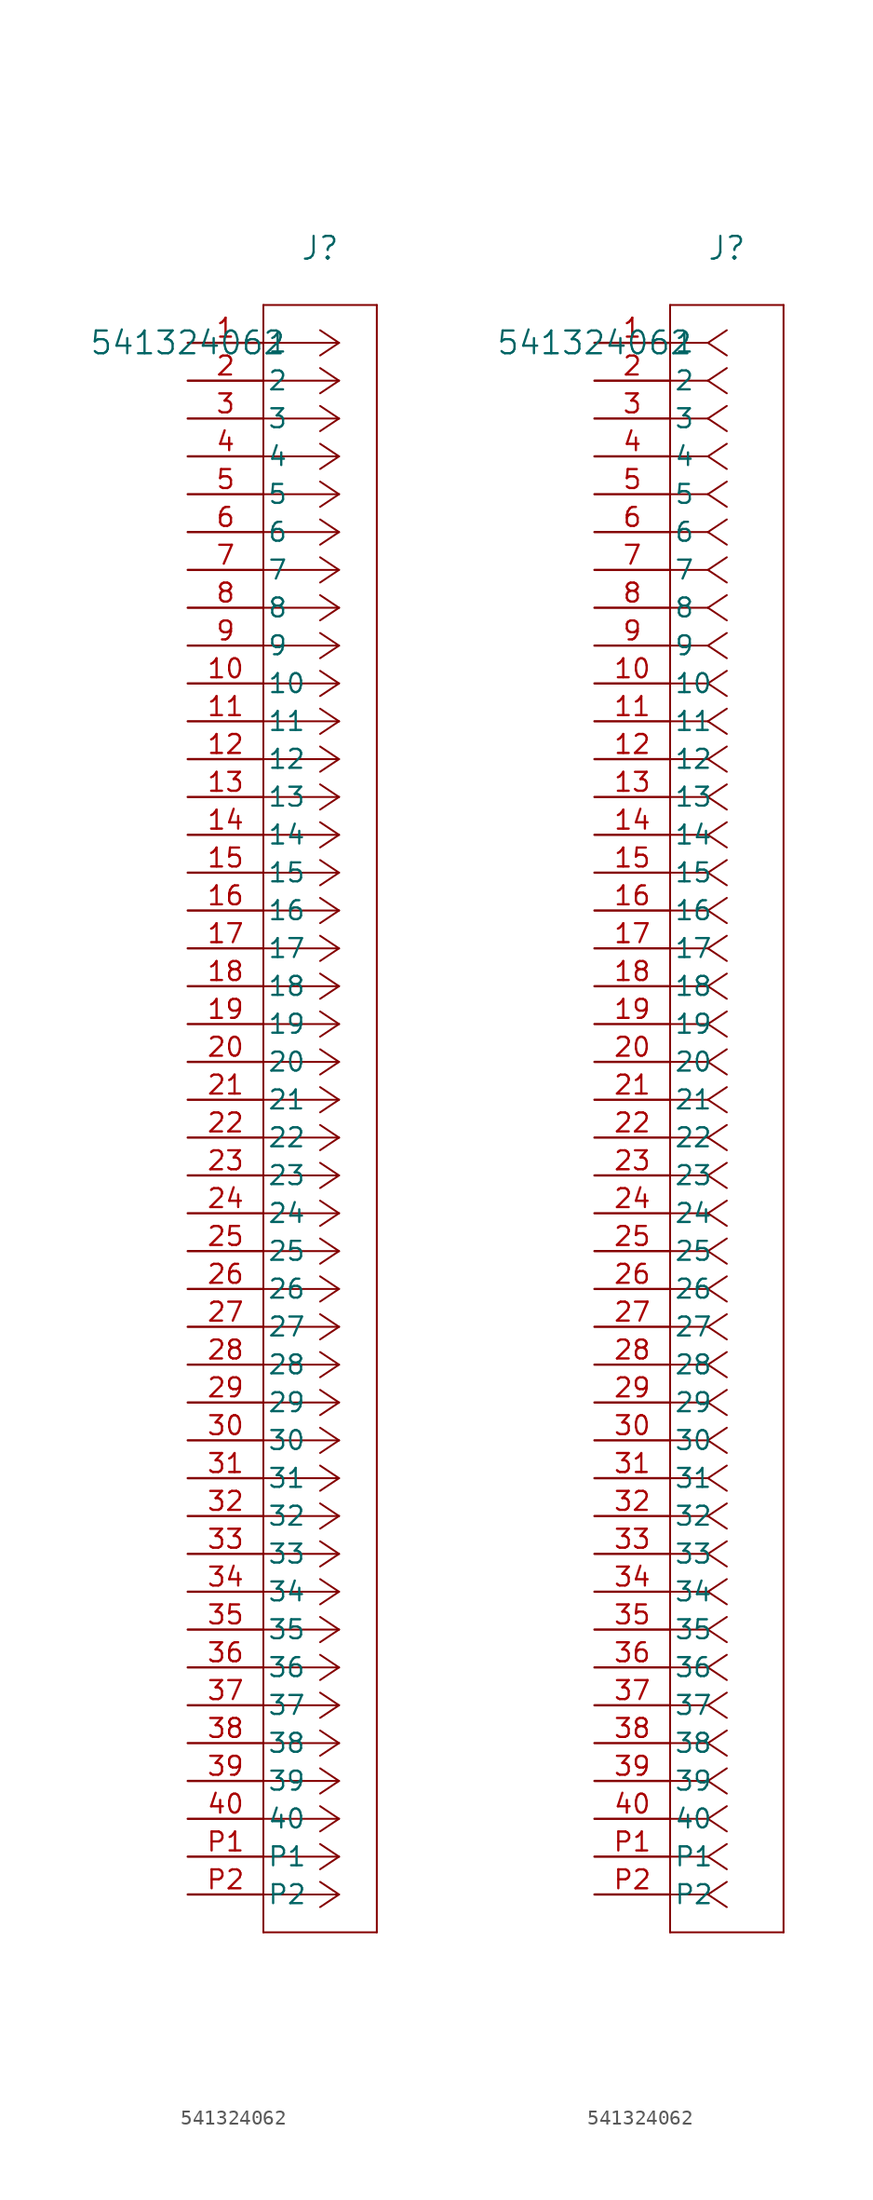
<source format=kicad_sym>
(kicad_symbol_lib
  (version 20211014)
  (generator kicad_symbol_editor)
  (symbol "541324062"
    (pin_names
      (offset 0.254))
    (property "Reference" "J"
      (at 8.89 6.35 0)
      (effects (font (size 1.524 1.524))))
    (property "Value" "541324062"
      (at 0 0 0)
      (effects (font (size 1.524 1.524))))
    (symbol "541324062_1_1"
      (polyline (pts (xy 10.16 0) (xy 5.08 0)) (stroke (width 0.127) (type default) (color 0 0 0 0)) (fill (type none)))
      (polyline (pts (xy 10.16 -2.54) (xy 5.08 -2.54)) (stroke (width 0.127) (type default) (color 0 0 0 0)) (fill (type none)))
      (polyline (pts (xy 10.16 -5.08) (xy 5.08 -5.08)) (stroke (width 0.127) (type default) (color 0 0 0 0)) (fill (type none)))
      (polyline (pts (xy 10.16 -7.62) (xy 5.08 -7.62)) (stroke (width 0.127) (type default) (color 0 0 0 0)) (fill (type none)))
      (polyline (pts (xy 10.16 -10.16) (xy 5.08 -10.16)) (stroke (width 0.127) (type default) (color 0 0 0 0)) (fill (type none)))
      (polyline (pts (xy 10.16 -12.7) (xy 5.08 -12.7)) (stroke (width 0.127) (type default) (color 0 0 0 0)) (fill (type none)))
      (polyline (pts (xy 10.16 -15.24) (xy 5.08 -15.24)) (stroke (width 0.127) (type default) (color 0 0 0 0)) (fill (type none)))
      (polyline (pts (xy 10.16 -17.78) (xy 5.08 -17.78)) (stroke (width 0.127) (type default) (color 0 0 0 0)) (fill (type none)))
      (polyline (pts (xy 10.16 -20.32) (xy 5.08 -20.32)) (stroke (width 0.127) (type default) (color 0 0 0 0)) (fill (type none)))
      (polyline (pts (xy 10.16 -22.86) (xy 5.08 -22.86)) (stroke (width 0.127) (type default) (color 0 0 0 0)) (fill (type none)))
      (polyline (pts (xy 10.16 -25.4) (xy 5.08 -25.4)) (stroke (width 0.127) (type default) (color 0 0 0 0)) (fill (type none)))
      (polyline (pts (xy 10.16 -27.94) (xy 5.08 -27.94)) (stroke (width 0.127) (type default) (color 0 0 0 0)) (fill (type none)))
      (polyline (pts (xy 10.16 -30.48) (xy 5.08 -30.48)) (stroke (width 0.127) (type default) (color 0 0 0 0)) (fill (type none)))
      (polyline (pts (xy 10.16 -33.02) (xy 5.08 -33.02)) (stroke (width 0.127) (type default) (color 0 0 0 0)) (fill (type none)))
      (polyline (pts (xy 10.16 -35.56) (xy 5.08 -35.56)) (stroke (width 0.127) (type default) (color 0 0 0 0)) (fill (type none)))
      (polyline (pts (xy 10.16 -38.1) (xy 5.08 -38.1)) (stroke (width 0.127) (type default) (color 0 0 0 0)) (fill (type none)))
      (polyline (pts (xy 10.16 -40.64) (xy 5.08 -40.64)) (stroke (width 0.127) (type default) (color 0 0 0 0)) (fill (type none)))
      (polyline (pts (xy 10.16 -43.18) (xy 5.08 -43.18)) (stroke (width 0.127) (type default) (color 0 0 0 0)) (fill (type none)))
      (polyline (pts (xy 10.16 -45.72) (xy 5.08 -45.72)) (stroke (width 0.127) (type default) (color 0 0 0 0)) (fill (type none)))
      (polyline (pts (xy 10.16 -48.26) (xy 5.08 -48.26)) (stroke (width 0.127) (type default) (color 0 0 0 0)) (fill (type none)))
      (polyline (pts (xy 10.16 -50.8) (xy 5.08 -50.8)) (stroke (width 0.127) (type default) (color 0 0 0 0)) (fill (type none)))
      (polyline (pts (xy 10.16 -53.34) (xy 5.08 -53.34)) (stroke (width 0.127) (type default) (color 0 0 0 0)) (fill (type none)))
      (polyline (pts (xy 10.16 -55.88) (xy 5.08 -55.88)) (stroke (width 0.127) (type default) (color 0 0 0 0)) (fill (type none)))
      (polyline (pts (xy 10.16 -58.42) (xy 5.08 -58.42)) (stroke (width 0.127) (type default) (color 0 0 0 0)) (fill (type none)))
      (polyline (pts (xy 10.16 -60.96) (xy 5.08 -60.96)) (stroke (width 0.127) (type default) (color 0 0 0 0)) (fill (type none)))
      (polyline (pts (xy 10.16 -63.5) (xy 5.08 -63.5)) (stroke (width 0.127) (type default) (color 0 0 0 0)) (fill (type none)))
      (polyline (pts (xy 10.16 -66.04) (xy 5.08 -66.04)) (stroke (width 0.127) (type default) (color 0 0 0 0)) (fill (type none)))
      (polyline (pts (xy 10.16 -68.58) (xy 5.08 -68.58)) (stroke (width 0.127) (type default) (color 0 0 0 0)) (fill (type none)))
      (polyline (pts (xy 10.16 -71.12) (xy 5.08 -71.12)) (stroke (width 0.127) (type default) (color 0 0 0 0)) (fill (type none)))
      (polyline (pts (xy 10.16 -73.66) (xy 5.08 -73.66)) (stroke (width 0.127) (type default) (color 0 0 0 0)) (fill (type none)))
      (polyline (pts (xy 10.16 -76.2) (xy 5.08 -76.2)) (stroke (width 0.127) (type default) (color 0 0 0 0)) (fill (type none)))
      (polyline (pts (xy 10.16 -78.74) (xy 5.08 -78.74)) (stroke (width 0.127) (type default) (color 0 0 0 0)) (fill (type none)))
      (polyline (pts (xy 10.16 -81.28) (xy 5.08 -81.28)) (stroke (width 0.127) (type default) (color 0 0 0 0)) (fill (type none)))
      (polyline (pts (xy 10.16 -83.82) (xy 5.08 -83.82)) (stroke (width 0.127) (type default) (color 0 0 0 0)) (fill (type none)))
      (polyline (pts (xy 10.16 -86.36) (xy 5.08 -86.36)) (stroke (width 0.127) (type default) (color 0 0 0 0)) (fill (type none)))
      (polyline (pts (xy 10.16 -88.9) (xy 5.08 -88.9)) (stroke (width 0.127) (type default) (color 0 0 0 0)) (fill (type none)))
      (polyline (pts (xy 10.16 -91.44) (xy 5.08 -91.44)) (stroke (width 0.127) (type default) (color 0 0 0 0)) (fill (type none)))
      (polyline (pts (xy 10.16 -93.98) (xy 5.08 -93.98)) (stroke (width 0.127) (type default) (color 0 0 0 0)) (fill (type none)))
      (polyline (pts (xy 10.16 -96.52) (xy 5.08 -96.52)) (stroke (width 0.127) (type default) (color 0 0 0 0)) (fill (type none)))
      (polyline (pts (xy 10.16 -99.06) (xy 5.08 -99.06)) (stroke (width 0.127) (type default) (color 0 0 0 0)) (fill (type none)))
      (polyline (pts (xy 10.16 -101.6) (xy 5.08 -101.6)) (stroke (width 0.127) (type default) (color 0 0 0 0)) (fill (type none)))
      (polyline (pts (xy 10.16 -104.14) (xy 5.08 -104.14)) (stroke (width 0.127) (type default) (color 0 0 0 0)) (fill (type none)))
      (polyline (pts (xy 10.16 0) (xy 8.89 0.847)) (stroke (width 0.127) (type default) (color 0 0 0 0)) (fill (type none)))
      (polyline (pts (xy 10.16 -2.54) (xy 8.89 -1.693)) (stroke (width 0.127) (type default) (color 0 0 0 0)) (fill (type none)))
      (polyline (pts (xy 10.16 -5.08) (xy 8.89 -4.233)) (stroke (width 0.127) (type default) (color 0 0 0 0)) (fill (type none)))
      (polyline (pts (xy 10.16 -7.62) (xy 8.89 -6.773)) (stroke (width 0.127) (type default) (color 0 0 0 0)) (fill (type none)))
      (polyline (pts (xy 10.16 -10.16) (xy 8.89 -9.313)) (stroke (width 0.127) (type default) (color 0 0 0 0)) (fill (type none)))
      (polyline (pts (xy 10.16 -12.7) (xy 8.89 -11.853)) (stroke (width 0.127) (type default) (color 0 0 0 0)) (fill (type none)))
      (polyline (pts (xy 10.16 -15.24) (xy 8.89 -14.393)) (stroke (width 0.127) (type default) (color 0 0 0 0)) (fill (type none)))
      (polyline (pts (xy 10.16 -17.78) (xy 8.89 -16.933)) (stroke (width 0.127) (type default) (color 0 0 0 0)) (fill (type none)))
      (polyline (pts (xy 10.16 -20.32) (xy 8.89 -19.473)) (stroke (width 0.127) (type default) (color 0 0 0 0)) (fill (type none)))
      (polyline (pts (xy 10.16 -22.86) (xy 8.89 -22.013)) (stroke (width 0.127) (type default) (color 0 0 0 0)) (fill (type none)))
      (polyline (pts (xy 10.16 -25.4) (xy 8.89 -24.553)) (stroke (width 0.127) (type default) (color 0 0 0 0)) (fill (type none)))
      (polyline (pts (xy 10.16 -27.94) (xy 8.89 -27.093)) (stroke (width 0.127) (type default) (color 0 0 0 0)) (fill (type none)))
      (polyline (pts (xy 10.16 -30.48) (xy 8.89 -29.633)) (stroke (width 0.127) (type default) (color 0 0 0 0)) (fill (type none)))
      (polyline (pts (xy 10.16 -33.02) (xy 8.89 -32.173)) (stroke (width 0.127) (type default) (color 0 0 0 0)) (fill (type none)))
      (polyline (pts (xy 10.16 -35.56) (xy 8.89 -34.713)) (stroke (width 0.127) (type default) (color 0 0 0 0)) (fill (type none)))
      (polyline (pts (xy 10.16 -38.1) (xy 8.89 -37.253)) (stroke (width 0.127) (type default) (color 0 0 0 0)) (fill (type none)))
      (polyline (pts (xy 10.16 -40.64) (xy 8.89 -39.793)) (stroke (width 0.127) (type default) (color 0 0 0 0)) (fill (type none)))
      (polyline (pts (xy 10.16 -43.18) (xy 8.89 -42.333)) (stroke (width 0.127) (type default) (color 0 0 0 0)) (fill (type none)))
      (polyline (pts (xy 10.16 -45.72) (xy 8.89 -44.873)) (stroke (width 0.127) (type default) (color 0 0 0 0)) (fill (type none)))
      (polyline (pts (xy 10.16 -48.26) (xy 8.89 -47.413)) (stroke (width 0.127) (type default) (color 0 0 0 0)) (fill (type none)))
      (polyline (pts (xy 10.16 -50.8) (xy 8.89 -49.953)) (stroke (width 0.127) (type default) (color 0 0 0 0)) (fill (type none)))
      (polyline (pts (xy 10.16 -53.34) (xy 8.89 -52.493)) (stroke (width 0.127) (type default) (color 0 0 0 0)) (fill (type none)))
      (polyline (pts (xy 10.16 -55.88) (xy 8.89 -55.033)) (stroke (width 0.127) (type default) (color 0 0 0 0)) (fill (type none)))
      (polyline (pts (xy 10.16 -58.42) (xy 8.89 -57.573)) (stroke (width 0.127) (type default) (color 0 0 0 0)) (fill (type none)))
      (polyline (pts (xy 10.16 -60.96) (xy 8.89 -60.113)) (stroke (width 0.127) (type default) (color 0 0 0 0)) (fill (type none)))
      (polyline (pts (xy 10.16 -63.5) (xy 8.89 -62.653)) (stroke (width 0.127) (type default) (color 0 0 0 0)) (fill (type none)))
      (polyline (pts (xy 10.16 -66.04) (xy 8.89 -65.193)) (stroke (width 0.127) (type default) (color 0 0 0 0)) (fill (type none)))
      (polyline (pts (xy 10.16 -68.58) (xy 8.89 -67.733)) (stroke (width 0.127) (type default) (color 0 0 0 0)) (fill (type none)))
      (polyline (pts (xy 10.16 -71.12) (xy 8.89 -70.273)) (stroke (width 0.127) (type default) (color 0 0 0 0)) (fill (type none)))
      (polyline (pts (xy 10.16 -73.66) (xy 8.89 -72.813)) (stroke (width 0.127) (type default) (color 0 0 0 0)) (fill (type none)))
      (polyline (pts (xy 10.16 -76.2) (xy 8.89 -75.353)) (stroke (width 0.127) (type default) (color 0 0 0 0)) (fill (type none)))
      (polyline (pts (xy 10.16 -78.74) (xy 8.89 -77.893)) (stroke (width 0.127) (type default) (color 0 0 0 0)) (fill (type none)))
      (polyline (pts (xy 10.16 -81.28) (xy 8.89 -80.433)) (stroke (width 0.127) (type default) (color 0 0 0 0)) (fill (type none)))
      (polyline (pts (xy 10.16 -83.82) (xy 8.89 -82.973)) (stroke (width 0.127) (type default) (color 0 0 0 0)) (fill (type none)))
      (polyline (pts (xy 10.16 -86.36) (xy 8.89 -85.513)) (stroke (width 0.127) (type default) (color 0 0 0 0)) (fill (type none)))
      (polyline (pts (xy 10.16 -88.9) (xy 8.89 -88.053)) (stroke (width 0.127) (type default) (color 0 0 0 0)) (fill (type none)))
      (polyline (pts (xy 10.16 -91.44) (xy 8.89 -90.593)) (stroke (width 0.127) (type default) (color 0 0 0 0)) (fill (type none)))
      (polyline (pts (xy 10.16 -93.98) (xy 8.89 -93.133)) (stroke (width 0.127) (type default) (color 0 0 0 0)) (fill (type none)))
      (polyline (pts (xy 10.16 -96.52) (xy 8.89 -95.673)) (stroke (width 0.127) (type default) (color 0 0 0 0)) (fill (type none)))
      (polyline (pts (xy 10.16 -99.06) (xy 8.89 -98.213)) (stroke (width 0.127) (type default) (color 0 0 0 0)) (fill (type none)))
      (polyline (pts (xy 10.16 -101.6) (xy 8.89 -100.753)) (stroke (width 0.127) (type default) (color 0 0 0 0)) (fill (type none)))
      (polyline (pts (xy 10.16 -104.14) (xy 8.89 -103.293)) (stroke (width 0.127) (type default) (color 0 0 0 0)) (fill (type none)))
      (polyline (pts (xy 10.16 0) (xy 8.89 -0.847)) (stroke (width 0.127) (type default) (color 0 0 0 0)) (fill (type none)))
      (polyline (pts (xy 10.16 -2.54) (xy 8.89 -3.387)) (stroke (width 0.127) (type default) (color 0 0 0 0)) (fill (type none)))
      (polyline (pts (xy 10.16 -5.08) (xy 8.89 -5.927)) (stroke (width 0.127) (type default) (color 0 0 0 0)) (fill (type none)))
      (polyline (pts (xy 10.16 -7.62) (xy 8.89 -8.467)) (stroke (width 0.127) (type default) (color 0 0 0 0)) (fill (type none)))
      (polyline (pts (xy 10.16 -10.16) (xy 8.89 -11.007)) (stroke (width 0.127) (type default) (color 0 0 0 0)) (fill (type none)))
      (polyline (pts (xy 10.16 -12.7) (xy 8.89 -13.547)) (stroke (width 0.127) (type default) (color 0 0 0 0)) (fill (type none)))
      (polyline (pts (xy 10.16 -15.24) (xy 8.89 -16.087)) (stroke (width 0.127) (type default) (color 0 0 0 0)) (fill (type none)))
      (polyline (pts (xy 10.16 -17.78) (xy 8.89 -18.627)) (stroke (width 0.127) (type default) (color 0 0 0 0)) (fill (type none)))
      (polyline (pts (xy 10.16 -20.32) (xy 8.89 -21.167)) (stroke (width 0.127) (type default) (color 0 0 0 0)) (fill (type none)))
      (polyline (pts (xy 10.16 -22.86) (xy 8.89 -23.707)) (stroke (width 0.127) (type default) (color 0 0 0 0)) (fill (type none)))
      (polyline (pts (xy 10.16 -25.4) (xy 8.89 -26.247)) (stroke (width 0.127) (type default) (color 0 0 0 0)) (fill (type none)))
      (polyline (pts (xy 10.16 -27.94) (xy 8.89 -28.787)) (stroke (width 0.127) (type default) (color 0 0 0 0)) (fill (type none)))
      (polyline (pts (xy 10.16 -30.48) (xy 8.89 -31.327)) (stroke (width 0.127) (type default) (color 0 0 0 0)) (fill (type none)))
      (polyline (pts (xy 10.16 -33.02) (xy 8.89 -33.867)) (stroke (width 0.127) (type default) (color 0 0 0 0)) (fill (type none)))
      (polyline (pts (xy 10.16 -35.56) (xy 8.89 -36.407)) (stroke (width 0.127) (type default) (color 0 0 0 0)) (fill (type none)))
      (polyline (pts (xy 10.16 -38.1) (xy 8.89 -38.947)) (stroke (width 0.127) (type default) (color 0 0 0 0)) (fill (type none)))
      (polyline (pts (xy 10.16 -40.64) (xy 8.89 -41.487)) (stroke (width 0.127) (type default) (color 0 0 0 0)) (fill (type none)))
      (polyline (pts (xy 10.16 -43.18) (xy 8.89 -44.027)) (stroke (width 0.127) (type default) (color 0 0 0 0)) (fill (type none)))
      (polyline (pts (xy 10.16 -45.72) (xy 8.89 -46.567)) (stroke (width 0.127) (type default) (color 0 0 0 0)) (fill (type none)))
      (polyline (pts (xy 10.16 -48.26) (xy 8.89 -49.107)) (stroke (width 0.127) (type default) (color 0 0 0 0)) (fill (type none)))
      (polyline (pts (xy 10.16 -50.8) (xy 8.89 -51.647)) (stroke (width 0.127) (type default) (color 0 0 0 0)) (fill (type none)))
      (polyline (pts (xy 10.16 -53.34) (xy 8.89 -54.187)) (stroke (width 0.127) (type default) (color 0 0 0 0)) (fill (type none)))
      (polyline (pts (xy 10.16 -55.88) (xy 8.89 -56.727)) (stroke (width 0.127) (type default) (color 0 0 0 0)) (fill (type none)))
      (polyline (pts (xy 10.16 -58.42) (xy 8.89 -59.267)) (stroke (width 0.127) (type default) (color 0 0 0 0)) (fill (type none)))
      (polyline (pts (xy 10.16 -60.96) (xy 8.89 -61.807)) (stroke (width 0.127) (type default) (color 0 0 0 0)) (fill (type none)))
      (polyline (pts (xy 10.16 -63.5) (xy 8.89 -64.347)) (stroke (width 0.127) (type default) (color 0 0 0 0)) (fill (type none)))
      (polyline (pts (xy 10.16 -66.04) (xy 8.89 -66.887)) (stroke (width 0.127) (type default) (color 0 0 0 0)) (fill (type none)))
      (polyline (pts (xy 10.16 -68.58) (xy 8.89 -69.427)) (stroke (width 0.127) (type default) (color 0 0 0 0)) (fill (type none)))
      (polyline (pts (xy 10.16 -71.12) (xy 8.89 -71.967)) (stroke (width 0.127) (type default) (color 0 0 0 0)) (fill (type none)))
      (polyline (pts (xy 10.16 -73.66) (xy 8.89 -74.507)) (stroke (width 0.127) (type default) (color 0 0 0 0)) (fill (type none)))
      (polyline (pts (xy 10.16 -76.2) (xy 8.89 -77.047)) (stroke (width 0.127) (type default) (color 0 0 0 0)) (fill (type none)))
      (polyline (pts (xy 10.16 -78.74) (xy 8.89 -79.587)) (stroke (width 0.127) (type default) (color 0 0 0 0)) (fill (type none)))
      (polyline (pts (xy 10.16 -81.28) (xy 8.89 -82.127)) (stroke (width 0.127) (type default) (color 0 0 0 0)) (fill (type none)))
      (polyline (pts (xy 10.16 -83.82) (xy 8.89 -84.667)) (stroke (width 0.127) (type default) (color 0 0 0 0)) (fill (type none)))
      (polyline (pts (xy 10.16 -86.36) (xy 8.89 -87.207)) (stroke (width 0.127) (type default) (color 0 0 0 0)) (fill (type none)))
      (polyline (pts (xy 10.16 -88.9) (xy 8.89 -89.747)) (stroke (width 0.127) (type default) (color 0 0 0 0)) (fill (type none)))
      (polyline (pts (xy 10.16 -91.44) (xy 8.89 -92.287)) (stroke (width 0.127) (type default) (color 0 0 0 0)) (fill (type none)))
      (polyline (pts (xy 10.16 -93.98) (xy 8.89 -94.827)) (stroke (width 0.127) (type default) (color 0 0 0 0)) (fill (type none)))
      (polyline (pts (xy 10.16 -96.52) (xy 8.89 -97.367)) (stroke (width 0.127) (type default) (color 0 0 0 0)) (fill (type none)))
      (polyline (pts (xy 10.16 -99.06) (xy 8.89 -99.907)) (stroke (width 0.127) (type default) (color 0 0 0 0)) (fill (type none)))
      (polyline (pts (xy 10.16 -101.6) (xy 8.89 -102.447)) (stroke (width 0.127) (type default) (color 0 0 0 0)) (fill (type none)))
      (polyline (pts (xy 10.16 -104.14) (xy 8.89 -104.987)) (stroke (width 0.127) (type default) (color 0 0 0 0)) (fill (type none)))
      (polyline (pts (xy 5.08 2.54) (xy 5.08 -106.68)) (stroke (width 0.127) (type default) (color 0 0 0 0)) (fill (type none)))
      (polyline (pts (xy 5.08 -106.68) (xy 12.7 -106.68)) (stroke (width 0.127) (type default) (color 0 0 0 0)) (fill (type none)))
      (polyline (pts (xy 12.7 -106.68) (xy 12.7 2.54)) (stroke (width 0.127) (type default) (color 0 0 0 0)) (fill (type none)))
      (polyline (pts (xy 12.7 2.54) (xy 5.08 2.54)) (stroke (width 0.127) (type default) (color 0 0 0 0)) (fill (type none)))
      (pin unspecified line (at 0 0 0) (length 5.08) (name "1" (effects (font (size 1.27 1.27)))) (number "1" (effects (font (size 1.27 1.27)))))
      (pin unspecified line (at 0 -2.54 0) (length 5.08) (name "2" (effects (font (size 1.27 1.27)))) (number "2" (effects (font (size 1.27 1.27)))))
      (pin unspecified line (at 0 -5.08 0) (length 5.08) (name "3" (effects (font (size 1.27 1.27)))) (number "3" (effects (font (size 1.27 1.27)))))
      (pin unspecified line (at 0 -7.62 0) (length 5.08) (name "4" (effects (font (size 1.27 1.27)))) (number "4" (effects (font (size 1.27 1.27)))))
      (pin unspecified line (at 0 -10.16 0) (length 5.08) (name "5" (effects (font (size 1.27 1.27)))) (number "5" (effects (font (size 1.27 1.27)))))
      (pin unspecified line (at 0 -12.7 0) (length 5.08) (name "6" (effects (font (size 1.27 1.27)))) (number "6" (effects (font (size 1.27 1.27)))))
      (pin unspecified line (at 0 -15.24 0) (length 5.08) (name "7" (effects (font (size 1.27 1.27)))) (number "7" (effects (font (size 1.27 1.27)))))
      (pin unspecified line (at 0 -17.78 0) (length 5.08) (name "8" (effects (font (size 1.27 1.27)))) (number "8" (effects (font (size 1.27 1.27)))))
      (pin unspecified line (at 0 -20.32 0) (length 5.08) (name "9" (effects (font (size 1.27 1.27)))) (number "9" (effects (font (size 1.27 1.27)))))
      (pin unspecified line (at 0 -22.86 0) (length 5.08) (name "10" (effects (font (size 1.27 1.27)))) (number "10" (effects (font (size 1.27 1.27)))))
      (pin unspecified line (at 0 -25.4 0) (length 5.08) (name "11" (effects (font (size 1.27 1.27)))) (number "11" (effects (font (size 1.27 1.27)))))
      (pin unspecified line (at 0 -27.94 0) (length 5.08) (name "12" (effects (font (size 1.27 1.27)))) (number "12" (effects (font (size 1.27 1.27)))))
      (pin unspecified line (at 0 -30.48 0) (length 5.08) (name "13" (effects (font (size 1.27 1.27)))) (number "13" (effects (font (size 1.27 1.27)))))
      (pin unspecified line (at 0 -33.02 0) (length 5.08) (name "14" (effects (font (size 1.27 1.27)))) (number "14" (effects (font (size 1.27 1.27)))))
      (pin unspecified line (at 0 -35.56 0) (length 5.08) (name "15" (effects (font (size 1.27 1.27)))) (number "15" (effects (font (size 1.27 1.27)))))
      (pin unspecified line (at 0 -38.1 0) (length 5.08) (name "16" (effects (font (size 1.27 1.27)))) (number "16" (effects (font (size 1.27 1.27)))))
      (pin unspecified line (at 0 -40.64 0) (length 5.08) (name "17" (effects (font (size 1.27 1.27)))) (number "17" (effects (font (size 1.27 1.27)))))
      (pin unspecified line (at 0 -43.18 0) (length 5.08) (name "18" (effects (font (size 1.27 1.27)))) (number "18" (effects (font (size 1.27 1.27)))))
      (pin unspecified line (at 0 -45.72 0) (length 5.08) (name "19" (effects (font (size 1.27 1.27)))) (number "19" (effects (font (size 1.27 1.27)))))
      (pin unspecified line (at 0 -48.26 0) (length 5.08) (name "20" (effects (font (size 1.27 1.27)))) (number "20" (effects (font (size 1.27 1.27)))))
      (pin unspecified line (at 0 -50.8 0) (length 5.08) (name "21" (effects (font (size 1.27 1.27)))) (number "21" (effects (font (size 1.27 1.27)))))
      (pin unspecified line (at 0 -53.34 0) (length 5.08) (name "22" (effects (font (size 1.27 1.27)))) (number "22" (effects (font (size 1.27 1.27)))))
      (pin unspecified line (at 0 -55.88 0) (length 5.08) (name "23" (effects (font (size 1.27 1.27)))) (number "23" (effects (font (size 1.27 1.27)))))
      (pin unspecified line (at 0 -58.42 0) (length 5.08) (name "24" (effects (font (size 1.27 1.27)))) (number "24" (effects (font (size 1.27 1.27)))))
      (pin unspecified line (at 0 -60.96 0) (length 5.08) (name "25" (effects (font (size 1.27 1.27)))) (number "25" (effects (font (size 1.27 1.27)))))
      (pin unspecified line (at 0 -63.5 0) (length 5.08) (name "26" (effects (font (size 1.27 1.27)))) (number "26" (effects (font (size 1.27 1.27)))))
      (pin unspecified line (at 0 -66.04 0) (length 5.08) (name "27" (effects (font (size 1.27 1.27)))) (number "27" (effects (font (size 1.27 1.27)))))
      (pin unspecified line (at 0 -68.58 0) (length 5.08) (name "28" (effects (font (size 1.27 1.27)))) (number "28" (effects (font (size 1.27 1.27)))))
      (pin unspecified line (at 0 -71.12 0) (length 5.08) (name "29" (effects (font (size 1.27 1.27)))) (number "29" (effects (font (size 1.27 1.27)))))
      (pin unspecified line (at 0 -73.66 0) (length 5.08) (name "30" (effects (font (size 1.27 1.27)))) (number "30" (effects (font (size 1.27 1.27)))))
      (pin unspecified line (at 0 -76.2 0) (length 5.08) (name "31" (effects (font (size 1.27 1.27)))) (number "31" (effects (font (size 1.27 1.27)))))
      (pin unspecified line (at 0 -78.74 0) (length 5.08) (name "32" (effects (font (size 1.27 1.27)))) (number "32" (effects (font (size 1.27 1.27)))))
      (pin unspecified line (at 0 -81.28 0) (length 5.08) (name "33" (effects (font (size 1.27 1.27)))) (number "33" (effects (font (size 1.27 1.27)))))
      (pin unspecified line (at 0 -83.82 0) (length 5.08) (name "34" (effects (font (size 1.27 1.27)))) (number "34" (effects (font (size 1.27 1.27)))))
      (pin unspecified line (at 0 -86.36 0) (length 5.08) (name "35" (effects (font (size 1.27 1.27)))) (number "35" (effects (font (size 1.27 1.27)))))
      (pin unspecified line (at 0 -88.9 0) (length 5.08) (name "36" (effects (font (size 1.27 1.27)))) (number "36" (effects (font (size 1.27 1.27)))))
      (pin unspecified line (at 0 -91.44 0) (length 5.08) (name "37" (effects (font (size 1.27 1.27)))) (number "37" (effects (font (size 1.27 1.27)))))
      (pin unspecified line (at 0 -93.98 0) (length 5.08) (name "38" (effects (font (size 1.27 1.27)))) (number "38" (effects (font (size 1.27 1.27)))))
      (pin unspecified line (at 0 -96.52 0) (length 5.08) (name "39" (effects (font (size 1.27 1.27)))) (number "39" (effects (font (size 1.27 1.27)))))
      (pin unspecified line (at 0 -99.06 0) (length 5.08) (name "40" (effects (font (size 1.27 1.27)))) (number "40" (effects (font (size 1.27 1.27)))))
      (pin unspecified line (at 0 -101.6 0) (length 5.08) (name "P1" (effects (font (size 1.27 1.27)))) (number "P1" (effects (font (size 1.27 1.27)))))
      (pin unspecified line (at 0 -104.14 0) (length 5.08) (name "P2" (effects (font (size 1.27 1.27)))) (number "P2" (effects (font (size 1.27 1.27))))))
    (symbol "541324062_1_2"
      (polyline (pts (xy 7.62 0) (xy 5.08 0)) (stroke (width 0.127) (type default) (color 0 0 0 0)) (fill (type none)))
      (polyline (pts (xy 7.62 -2.54) (xy 5.08 -2.54)) (stroke (width 0.127) (type default) (color 0 0 0 0)) (fill (type none)))
      (polyline (pts (xy 7.62 -5.08) (xy 5.08 -5.08)) (stroke (width 0.127) (type default) (color 0 0 0 0)) (fill (type none)))
      (polyline (pts (xy 7.62 -7.62) (xy 5.08 -7.62)) (stroke (width 0.127) (type default) (color 0 0 0 0)) (fill (type none)))
      (polyline (pts (xy 7.62 -10.16) (xy 5.08 -10.16)) (stroke (width 0.127) (type default) (color 0 0 0 0)) (fill (type none)))
      (polyline (pts (xy 7.62 -12.7) (xy 5.08 -12.7)) (stroke (width 0.127) (type default) (color 0 0 0 0)) (fill (type none)))
      (polyline (pts (xy 7.62 -15.24) (xy 5.08 -15.24)) (stroke (width 0.127) (type default) (color 0 0 0 0)) (fill (type none)))
      (polyline (pts (xy 7.62 -17.78) (xy 5.08 -17.78)) (stroke (width 0.127) (type default) (color 0 0 0 0)) (fill (type none)))
      (polyline (pts (xy 7.62 -20.32) (xy 5.08 -20.32)) (stroke (width 0.127) (type default) (color 0 0 0 0)) (fill (type none)))
      (polyline (pts (xy 7.62 -22.86) (xy 5.08 -22.86)) (stroke (width 0.127) (type default) (color 0 0 0 0)) (fill (type none)))
      (polyline (pts (xy 7.62 -25.4) (xy 5.08 -25.4)) (stroke (width 0.127) (type default) (color 0 0 0 0)) (fill (type none)))
      (polyline (pts (xy 7.62 -27.94) (xy 5.08 -27.94)) (stroke (width 0.127) (type default) (color 0 0 0 0)) (fill (type none)))
      (polyline (pts (xy 7.62 -30.48) (xy 5.08 -30.48)) (stroke (width 0.127) (type default) (color 0 0 0 0)) (fill (type none)))
      (polyline (pts (xy 7.62 -33.02) (xy 5.08 -33.02)) (stroke (width 0.127) (type default) (color 0 0 0 0)) (fill (type none)))
      (polyline (pts (xy 7.62 -35.56) (xy 5.08 -35.56)) (stroke (width 0.127) (type default) (color 0 0 0 0)) (fill (type none)))
      (polyline (pts (xy 7.62 -38.1) (xy 5.08 -38.1)) (stroke (width 0.127) (type default) (color 0 0 0 0)) (fill (type none)))
      (polyline (pts (xy 7.62 -40.64) (xy 5.08 -40.64)) (stroke (width 0.127) (type default) (color 0 0 0 0)) (fill (type none)))
      (polyline (pts (xy 7.62 -43.18) (xy 5.08 -43.18)) (stroke (width 0.127) (type default) (color 0 0 0 0)) (fill (type none)))
      (polyline (pts (xy 7.62 -45.72) (xy 5.08 -45.72)) (stroke (width 0.127) (type default) (color 0 0 0 0)) (fill (type none)))
      (polyline (pts (xy 7.62 -48.26) (xy 5.08 -48.26)) (stroke (width 0.127) (type default) (color 0 0 0 0)) (fill (type none)))
      (polyline (pts (xy 7.62 -50.8) (xy 5.08 -50.8)) (stroke (width 0.127) (type default) (color 0 0 0 0)) (fill (type none)))
      (polyline (pts (xy 7.62 -53.34) (xy 5.08 -53.34)) (stroke (width 0.127) (type default) (color 0 0 0 0)) (fill (type none)))
      (polyline (pts (xy 7.62 -55.88) (xy 5.08 -55.88)) (stroke (width 0.127) (type default) (color 0 0 0 0)) (fill (type none)))
      (polyline (pts (xy 7.62 -58.42) (xy 5.08 -58.42)) (stroke (width 0.127) (type default) (color 0 0 0 0)) (fill (type none)))
      (polyline (pts (xy 7.62 -60.96) (xy 5.08 -60.96)) (stroke (width 0.127) (type default) (color 0 0 0 0)) (fill (type none)))
      (polyline (pts (xy 7.62 -63.5) (xy 5.08 -63.5)) (stroke (width 0.127) (type default) (color 0 0 0 0)) (fill (type none)))
      (polyline (pts (xy 7.62 -66.04) (xy 5.08 -66.04)) (stroke (width 0.127) (type default) (color 0 0 0 0)) (fill (type none)))
      (polyline (pts (xy 7.62 -68.58) (xy 5.08 -68.58)) (stroke (width 0.127) (type default) (color 0 0 0 0)) (fill (type none)))
      (polyline (pts (xy 7.62 -71.12) (xy 5.08 -71.12)) (stroke (width 0.127) (type default) (color 0 0 0 0)) (fill (type none)))
      (polyline (pts (xy 7.62 -73.66) (xy 5.08 -73.66)) (stroke (width 0.127) (type default) (color 0 0 0 0)) (fill (type none)))
      (polyline (pts (xy 7.62 -76.2) (xy 5.08 -76.2)) (stroke (width 0.127) (type default) (color 0 0 0 0)) (fill (type none)))
      (polyline (pts (xy 7.62 -78.74) (xy 5.08 -78.74)) (stroke (width 0.127) (type default) (color 0 0 0 0)) (fill (type none)))
      (polyline (pts (xy 7.62 -81.28) (xy 5.08 -81.28)) (stroke (width 0.127) (type default) (color 0 0 0 0)) (fill (type none)))
      (polyline (pts (xy 7.62 -83.82) (xy 5.08 -83.82)) (stroke (width 0.127) (type default) (color 0 0 0 0)) (fill (type none)))
      (polyline (pts (xy 7.62 -86.36) (xy 5.08 -86.36)) (stroke (width 0.127) (type default) (color 0 0 0 0)) (fill (type none)))
      (polyline (pts (xy 7.62 -88.9) (xy 5.08 -88.9)) (stroke (width 0.127) (type default) (color 0 0 0 0)) (fill (type none)))
      (polyline (pts (xy 7.62 -91.44) (xy 5.08 -91.44)) (stroke (width 0.127) (type default) (color 0 0 0 0)) (fill (type none)))
      (polyline (pts (xy 7.62 -93.98) (xy 5.08 -93.98)) (stroke (width 0.127) (type default) (color 0 0 0 0)) (fill (type none)))
      (polyline (pts (xy 7.62 -96.52) (xy 5.08 -96.52)) (stroke (width 0.127) (type default) (color 0 0 0 0)) (fill (type none)))
      (polyline (pts (xy 7.62 -99.06) (xy 5.08 -99.06)) (stroke (width 0.127) (type default) (color 0 0 0 0)) (fill (type none)))
      (polyline (pts (xy 7.62 -101.6) (xy 5.08 -101.6)) (stroke (width 0.127) (type default) (color 0 0 0 0)) (fill (type none)))
      (polyline (pts (xy 7.62 -104.14) (xy 5.08 -104.14)) (stroke (width 0.127) (type default) (color 0 0 0 0)) (fill (type none)))
      (polyline (pts (xy 7.62 0) (xy 8.89 0.847)) (stroke (width 0.127) (type default) (color 0 0 0 0)) (fill (type none)))
      (polyline (pts (xy 7.62 -2.54) (xy 8.89 -1.693)) (stroke (width 0.127) (type default) (color 0 0 0 0)) (fill (type none)))
      (polyline (pts (xy 7.62 -5.08) (xy 8.89 -4.233)) (stroke (width 0.127) (type default) (color 0 0 0 0)) (fill (type none)))
      (polyline (pts (xy 7.62 -7.62) (xy 8.89 -6.773)) (stroke (width 0.127) (type default) (color 0 0 0 0)) (fill (type none)))
      (polyline (pts (xy 7.62 -10.16) (xy 8.89 -9.313)) (stroke (width 0.127) (type default) (color 0 0 0 0)) (fill (type none)))
      (polyline (pts (xy 7.62 -12.7) (xy 8.89 -11.853)) (stroke (width 0.127) (type default) (color 0 0 0 0)) (fill (type none)))
      (polyline (pts (xy 7.62 -15.24) (xy 8.89 -14.393)) (stroke (width 0.127) (type default) (color 0 0 0 0)) (fill (type none)))
      (polyline (pts (xy 7.62 -17.78) (xy 8.89 -16.933)) (stroke (width 0.127) (type default) (color 0 0 0 0)) (fill (type none)))
      (polyline (pts (xy 7.62 -20.32) (xy 8.89 -19.473)) (stroke (width 0.127) (type default) (color 0 0 0 0)) (fill (type none)))
      (polyline (pts (xy 7.62 -22.86) (xy 8.89 -22.013)) (stroke (width 0.127) (type default) (color 0 0 0 0)) (fill (type none)))
      (polyline (pts (xy 7.62 -25.4) (xy 8.89 -24.553)) (stroke (width 0.127) (type default) (color 0 0 0 0)) (fill (type none)))
      (polyline (pts (xy 7.62 -27.94) (xy 8.89 -27.093)) (stroke (width 0.127) (type default) (color 0 0 0 0)) (fill (type none)))
      (polyline (pts (xy 7.62 -30.48) (xy 8.89 -29.633)) (stroke (width 0.127) (type default) (color 0 0 0 0)) (fill (type none)))
      (polyline (pts (xy 7.62 -33.02) (xy 8.89 -32.173)) (stroke (width 0.127) (type default) (color 0 0 0 0)) (fill (type none)))
      (polyline (pts (xy 7.62 -35.56) (xy 8.89 -34.713)) (stroke (width 0.127) (type default) (color 0 0 0 0)) (fill (type none)))
      (polyline (pts (xy 7.62 -38.1) (xy 8.89 -37.253)) (stroke (width 0.127) (type default) (color 0 0 0 0)) (fill (type none)))
      (polyline (pts (xy 7.62 -40.64) (xy 8.89 -39.793)) (stroke (width 0.127) (type default) (color 0 0 0 0)) (fill (type none)))
      (polyline (pts (xy 7.62 -43.18) (xy 8.89 -42.333)) (stroke (width 0.127) (type default) (color 0 0 0 0)) (fill (type none)))
      (polyline (pts (xy 7.62 -45.72) (xy 8.89 -44.873)) (stroke (width 0.127) (type default) (color 0 0 0 0)) (fill (type none)))
      (polyline (pts (xy 7.62 -48.26) (xy 8.89 -47.413)) (stroke (width 0.127) (type default) (color 0 0 0 0)) (fill (type none)))
      (polyline (pts (xy 7.62 -50.8) (xy 8.89 -49.953)) (stroke (width 0.127) (type default) (color 0 0 0 0)) (fill (type none)))
      (polyline (pts (xy 7.62 -53.34) (xy 8.89 -52.493)) (stroke (width 0.127) (type default) (color 0 0 0 0)) (fill (type none)))
      (polyline (pts (xy 7.62 -55.88) (xy 8.89 -55.033)) (stroke (width 0.127) (type default) (color 0 0 0 0)) (fill (type none)))
      (polyline (pts (xy 7.62 -58.42) (xy 8.89 -57.573)) (stroke (width 0.127) (type default) (color 0 0 0 0)) (fill (type none)))
      (polyline (pts (xy 7.62 -60.96) (xy 8.89 -60.113)) (stroke (width 0.127) (type default) (color 0 0 0 0)) (fill (type none)))
      (polyline (pts (xy 7.62 -63.5) (xy 8.89 -62.653)) (stroke (width 0.127) (type default) (color 0 0 0 0)) (fill (type none)))
      (polyline (pts (xy 7.62 -66.04) (xy 8.89 -65.193)) (stroke (width 0.127) (type default) (color 0 0 0 0)) (fill (type none)))
      (polyline (pts (xy 7.62 -68.58) (xy 8.89 -67.733)) (stroke (width 0.127) (type default) (color 0 0 0 0)) (fill (type none)))
      (polyline (pts (xy 7.62 -71.12) (xy 8.89 -70.273)) (stroke (width 0.127) (type default) (color 0 0 0 0)) (fill (type none)))
      (polyline (pts (xy 7.62 -73.66) (xy 8.89 -72.813)) (stroke (width 0.127) (type default) (color 0 0 0 0)) (fill (type none)))
      (polyline (pts (xy 7.62 -76.2) (xy 8.89 -75.353)) (stroke (width 0.127) (type default) (color 0 0 0 0)) (fill (type none)))
      (polyline (pts (xy 7.62 -78.74) (xy 8.89 -77.893)) (stroke (width 0.127) (type default) (color 0 0 0 0)) (fill (type none)))
      (polyline (pts (xy 7.62 -81.28) (xy 8.89 -80.433)) (stroke (width 0.127) (type default) (color 0 0 0 0)) (fill (type none)))
      (polyline (pts (xy 7.62 -83.82) (xy 8.89 -82.973)) (stroke (width 0.127) (type default) (color 0 0 0 0)) (fill (type none)))
      (polyline (pts (xy 7.62 -86.36) (xy 8.89 -85.513)) (stroke (width 0.127) (type default) (color 0 0 0 0)) (fill (type none)))
      (polyline (pts (xy 7.62 -88.9) (xy 8.89 -88.053)) (stroke (width 0.127) (type default) (color 0 0 0 0)) (fill (type none)))
      (polyline (pts (xy 7.62 -91.44) (xy 8.89 -90.593)) (stroke (width 0.127) (type default) (color 0 0 0 0)) (fill (type none)))
      (polyline (pts (xy 7.62 -93.98) (xy 8.89 -93.133)) (stroke (width 0.127) (type default) (color 0 0 0 0)) (fill (type none)))
      (polyline (pts (xy 7.62 -96.52) (xy 8.89 -95.673)) (stroke (width 0.127) (type default) (color 0 0 0 0)) (fill (type none)))
      (polyline (pts (xy 7.62 -99.06) (xy 8.89 -98.213)) (stroke (width 0.127) (type default) (color 0 0 0 0)) (fill (type none)))
      (polyline (pts (xy 7.62 -101.6) (xy 8.89 -100.753)) (stroke (width 0.127) (type default) (color 0 0 0 0)) (fill (type none)))
      (polyline (pts (xy 7.62 -104.14) (xy 8.89 -103.293)) (stroke (width 0.127) (type default) (color 0 0 0 0)) (fill (type none)))
      (polyline (pts (xy 7.62 0) (xy 8.89 -0.847)) (stroke (width 0.127) (type default) (color 0 0 0 0)) (fill (type none)))
      (polyline (pts (xy 7.62 -2.54) (xy 8.89 -3.387)) (stroke (width 0.127) (type default) (color 0 0 0 0)) (fill (type none)))
      (polyline (pts (xy 7.62 -5.08) (xy 8.89 -5.927)) (stroke (width 0.127) (type default) (color 0 0 0 0)) (fill (type none)))
      (polyline (pts (xy 7.62 -7.62) (xy 8.89 -8.467)) (stroke (width 0.127) (type default) (color 0 0 0 0)) (fill (type none)))
      (polyline (pts (xy 7.62 -10.16) (xy 8.89 -11.007)) (stroke (width 0.127) (type default) (color 0 0 0 0)) (fill (type none)))
      (polyline (pts (xy 7.62 -12.7) (xy 8.89 -13.547)) (stroke (width 0.127) (type default) (color 0 0 0 0)) (fill (type none)))
      (polyline (pts (xy 7.62 -15.24) (xy 8.89 -16.087)) (stroke (width 0.127) (type default) (color 0 0 0 0)) (fill (type none)))
      (polyline (pts (xy 7.62 -17.78) (xy 8.89 -18.627)) (stroke (width 0.127) (type default) (color 0 0 0 0)) (fill (type none)))
      (polyline (pts (xy 7.62 -20.32) (xy 8.89 -21.167)) (stroke (width 0.127) (type default) (color 0 0 0 0)) (fill (type none)))
      (polyline (pts (xy 7.62 -22.86) (xy 8.89 -23.707)) (stroke (width 0.127) (type default) (color 0 0 0 0)) (fill (type none)))
      (polyline (pts (xy 7.62 -25.4) (xy 8.89 -26.247)) (stroke (width 0.127) (type default) (color 0 0 0 0)) (fill (type none)))
      (polyline (pts (xy 7.62 -27.94) (xy 8.89 -28.787)) (stroke (width 0.127) (type default) (color 0 0 0 0)) (fill (type none)))
      (polyline (pts (xy 7.62 -30.48) (xy 8.89 -31.327)) (stroke (width 0.127) (type default) (color 0 0 0 0)) (fill (type none)))
      (polyline (pts (xy 7.62 -33.02) (xy 8.89 -33.867)) (stroke (width 0.127) (type default) (color 0 0 0 0)) (fill (type none)))
      (polyline (pts (xy 7.62 -35.56) (xy 8.89 -36.407)) (stroke (width 0.127) (type default) (color 0 0 0 0)) (fill (type none)))
      (polyline (pts (xy 7.62 -38.1) (xy 8.89 -38.947)) (stroke (width 0.127) (type default) (color 0 0 0 0)) (fill (type none)))
      (polyline (pts (xy 7.62 -40.64) (xy 8.89 -41.487)) (stroke (width 0.127) (type default) (color 0 0 0 0)) (fill (type none)))
      (polyline (pts (xy 7.62 -43.18) (xy 8.89 -44.027)) (stroke (width 0.127) (type default) (color 0 0 0 0)) (fill (type none)))
      (polyline (pts (xy 7.62 -45.72) (xy 8.89 -46.567)) (stroke (width 0.127) (type default) (color 0 0 0 0)) (fill (type none)))
      (polyline (pts (xy 7.62 -48.26) (xy 8.89 -49.107)) (stroke (width 0.127) (type default) (color 0 0 0 0)) (fill (type none)))
      (polyline (pts (xy 7.62 -50.8) (xy 8.89 -51.647)) (stroke (width 0.127) (type default) (color 0 0 0 0)) (fill (type none)))
      (polyline (pts (xy 7.62 -53.34) (xy 8.89 -54.187)) (stroke (width 0.127) (type default) (color 0 0 0 0)) (fill (type none)))
      (polyline (pts (xy 7.62 -55.88) (xy 8.89 -56.727)) (stroke (width 0.127) (type default) (color 0 0 0 0)) (fill (type none)))
      (polyline (pts (xy 7.62 -58.42) (xy 8.89 -59.267)) (stroke (width 0.127) (type default) (color 0 0 0 0)) (fill (type none)))
      (polyline (pts (xy 7.62 -60.96) (xy 8.89 -61.807)) (stroke (width 0.127) (type default) (color 0 0 0 0)) (fill (type none)))
      (polyline (pts (xy 7.62 -63.5) (xy 8.89 -64.347)) (stroke (width 0.127) (type default) (color 0 0 0 0)) (fill (type none)))
      (polyline (pts (xy 7.62 -66.04) (xy 8.89 -66.887)) (stroke (width 0.127) (type default) (color 0 0 0 0)) (fill (type none)))
      (polyline (pts (xy 7.62 -68.58) (xy 8.89 -69.427)) (stroke (width 0.127) (type default) (color 0 0 0 0)) (fill (type none)))
      (polyline (pts (xy 7.62 -71.12) (xy 8.89 -71.967)) (stroke (width 0.127) (type default) (color 0 0 0 0)) (fill (type none)))
      (polyline (pts (xy 7.62 -73.66) (xy 8.89 -74.507)) (stroke (width 0.127) (type default) (color 0 0 0 0)) (fill (type none)))
      (polyline (pts (xy 7.62 -76.2) (xy 8.89 -77.047)) (stroke (width 0.127) (type default) (color 0 0 0 0)) (fill (type none)))
      (polyline (pts (xy 7.62 -78.74) (xy 8.89 -79.587)) (stroke (width 0.127) (type default) (color 0 0 0 0)) (fill (type none)))
      (polyline (pts (xy 7.62 -81.28) (xy 8.89 -82.127)) (stroke (width 0.127) (type default) (color 0 0 0 0)) (fill (type none)))
      (polyline (pts (xy 7.62 -83.82) (xy 8.89 -84.667)) (stroke (width 0.127) (type default) (color 0 0 0 0)) (fill (type none)))
      (polyline (pts (xy 7.62 -86.36) (xy 8.89 -87.207)) (stroke (width 0.127) (type default) (color 0 0 0 0)) (fill (type none)))
      (polyline (pts (xy 7.62 -88.9) (xy 8.89 -89.747)) (stroke (width 0.127) (type default) (color 0 0 0 0)) (fill (type none)))
      (polyline (pts (xy 7.62 -91.44) (xy 8.89 -92.287)) (stroke (width 0.127) (type default) (color 0 0 0 0)) (fill (type none)))
      (polyline (pts (xy 7.62 -93.98) (xy 8.89 -94.827)) (stroke (width 0.127) (type default) (color 0 0 0 0)) (fill (type none)))
      (polyline (pts (xy 7.62 -96.52) (xy 8.89 -97.367)) (stroke (width 0.127) (type default) (color 0 0 0 0)) (fill (type none)))
      (polyline (pts (xy 7.62 -99.06) (xy 8.89 -99.907)) (stroke (width 0.127) (type default) (color 0 0 0 0)) (fill (type none)))
      (polyline (pts (xy 7.62 -101.6) (xy 8.89 -102.447)) (stroke (width 0.127) (type default) (color 0 0 0 0)) (fill (type none)))
      (polyline (pts (xy 7.62 -104.14) (xy 8.89 -104.987)) (stroke (width 0.127) (type default) (color 0 0 0 0)) (fill (type none)))
      (polyline (pts (xy 5.08 2.54) (xy 5.08 -106.68)) (stroke (width 0.127) (type default) (color 0 0 0 0)) (fill (type none)))
      (polyline (pts (xy 5.08 -106.68) (xy 12.7 -106.68)) (stroke (width 0.127) (type default) (color 0 0 0 0)) (fill (type none)))
      (polyline (pts (xy 12.7 -106.68) (xy 12.7 2.54)) (stroke (width 0.127) (type default) (color 0 0 0 0)) (fill (type none)))
      (polyline (pts (xy 12.7 2.54) (xy 5.08 2.54)) (stroke (width 0.127) (type default) (color 0 0 0 0)) (fill (type none)))
      (pin unspecified line (at 0 0 0) (length 5.08) (name "1" (effects (font (size 1.27 1.27)))) (number "1" (effects (font (size 1.27 1.27)))))
      (pin unspecified line (at 0 -2.54 0) (length 5.08) (name "2" (effects (font (size 1.27 1.27)))) (number "2" (effects (font (size 1.27 1.27)))))
      (pin unspecified line (at 0 -5.08 0) (length 5.08) (name "3" (effects (font (size 1.27 1.27)))) (number "3" (effects (font (size 1.27 1.27)))))
      (pin unspecified line (at 0 -7.62 0) (length 5.08) (name "4" (effects (font (size 1.27 1.27)))) (number "4" (effects (font (size 1.27 1.27)))))
      (pin unspecified line (at 0 -10.16 0) (length 5.08) (name "5" (effects (font (size 1.27 1.27)))) (number "5" (effects (font (size 1.27 1.27)))))
      (pin unspecified line (at 0 -12.7 0) (length 5.08) (name "6" (effects (font (size 1.27 1.27)))) (number "6" (effects (font (size 1.27 1.27)))))
      (pin unspecified line (at 0 -15.24 0) (length 5.08) (name "7" (effects (font (size 1.27 1.27)))) (number "7" (effects (font (size 1.27 1.27)))))
      (pin unspecified line (at 0 -17.78 0) (length 5.08) (name "8" (effects (font (size 1.27 1.27)))) (number "8" (effects (font (size 1.27 1.27)))))
      (pin unspecified line (at 0 -20.32 0) (length 5.08) (name "9" (effects (font (size 1.27 1.27)))) (number "9" (effects (font (size 1.27 1.27)))))
      (pin unspecified line (at 0 -22.86 0) (length 5.08) (name "10" (effects (font (size 1.27 1.27)))) (number "10" (effects (font (size 1.27 1.27)))))
      (pin unspecified line (at 0 -25.4 0) (length 5.08) (name "11" (effects (font (size 1.27 1.27)))) (number "11" (effects (font (size 1.27 1.27)))))
      (pin unspecified line (at 0 -27.94 0) (length 5.08) (name "12" (effects (font (size 1.27 1.27)))) (number "12" (effects (font (size 1.27 1.27)))))
      (pin unspecified line (at 0 -30.48 0) (length 5.08) (name "13" (effects (font (size 1.27 1.27)))) (number "13" (effects (font (size 1.27 1.27)))))
      (pin unspecified line (at 0 -33.02 0) (length 5.08) (name "14" (effects (font (size 1.27 1.27)))) (number "14" (effects (font (size 1.27 1.27)))))
      (pin unspecified line (at 0 -35.56 0) (length 5.08) (name "15" (effects (font (size 1.27 1.27)))) (number "15" (effects (font (size 1.27 1.27)))))
      (pin unspecified line (at 0 -38.1 0) (length 5.08) (name "16" (effects (font (size 1.27 1.27)))) (number "16" (effects (font (size 1.27 1.27)))))
      (pin unspecified line (at 0 -40.64 0) (length 5.08) (name "17" (effects (font (size 1.27 1.27)))) (number "17" (effects (font (size 1.27 1.27)))))
      (pin unspecified line (at 0 -43.18 0) (length 5.08) (name "18" (effects (font (size 1.27 1.27)))) (number "18" (effects (font (size 1.27 1.27)))))
      (pin unspecified line (at 0 -45.72 0) (length 5.08) (name "19" (effects (font (size 1.27 1.27)))) (number "19" (effects (font (size 1.27 1.27)))))
      (pin unspecified line (at 0 -48.26 0) (length 5.08) (name "20" (effects (font (size 1.27 1.27)))) (number "20" (effects (font (size 1.27 1.27)))))
      (pin unspecified line (at 0 -50.8 0) (length 5.08) (name "21" (effects (font (size 1.27 1.27)))) (number "21" (effects (font (size 1.27 1.27)))))
      (pin unspecified line (at 0 -53.34 0) (length 5.08) (name "22" (effects (font (size 1.27 1.27)))) (number "22" (effects (font (size 1.27 1.27)))))
      (pin unspecified line (at 0 -55.88 0) (length 5.08) (name "23" (effects (font (size 1.27 1.27)))) (number "23" (effects (font (size 1.27 1.27)))))
      (pin unspecified line (at 0 -58.42 0) (length 5.08) (name "24" (effects (font (size 1.27 1.27)))) (number "24" (effects (font (size 1.27 1.27)))))
      (pin unspecified line (at 0 -60.96 0) (length 5.08) (name "25" (effects (font (size 1.27 1.27)))) (number "25" (effects (font (size 1.27 1.27)))))
      (pin unspecified line (at 0 -63.5 0) (length 5.08) (name "26" (effects (font (size 1.27 1.27)))) (number "26" (effects (font (size 1.27 1.27)))))
      (pin unspecified line (at 0 -66.04 0) (length 5.08) (name "27" (effects (font (size 1.27 1.27)))) (number "27" (effects (font (size 1.27 1.27)))))
      (pin unspecified line (at 0 -68.58 0) (length 5.08) (name "28" (effects (font (size 1.27 1.27)))) (number "28" (effects (font (size 1.27 1.27)))))
      (pin unspecified line (at 0 -71.12 0) (length 5.08) (name "29" (effects (font (size 1.27 1.27)))) (number "29" (effects (font (size 1.27 1.27)))))
      (pin unspecified line (at 0 -73.66 0) (length 5.08) (name "30" (effects (font (size 1.27 1.27)))) (number "30" (effects (font (size 1.27 1.27)))))
      (pin unspecified line (at 0 -76.2 0) (length 5.08) (name "31" (effects (font (size 1.27 1.27)))) (number "31" (effects (font (size 1.27 1.27)))))
      (pin unspecified line (at 0 -78.74 0) (length 5.08) (name "32" (effects (font (size 1.27 1.27)))) (number "32" (effects (font (size 1.27 1.27)))))
      (pin unspecified line (at 0 -81.28 0) (length 5.08) (name "33" (effects (font (size 1.27 1.27)))) (number "33" (effects (font (size 1.27 1.27)))))
      (pin unspecified line (at 0 -83.82 0) (length 5.08) (name "34" (effects (font (size 1.27 1.27)))) (number "34" (effects (font (size 1.27 1.27)))))
      (pin unspecified line (at 0 -86.36 0) (length 5.08) (name "35" (effects (font (size 1.27 1.27)))) (number "35" (effects (font (size 1.27 1.27)))))
      (pin unspecified line (at 0 -88.9 0) (length 5.08) (name "36" (effects (font (size 1.27 1.27)))) (number "36" (effects (font (size 1.27 1.27)))))
      (pin unspecified line (at 0 -91.44 0) (length 5.08) (name "37" (effects (font (size 1.27 1.27)))) (number "37" (effects (font (size 1.27 1.27)))))
      (pin unspecified line (at 0 -93.98 0) (length 5.08) (name "38" (effects (font (size 1.27 1.27)))) (number "38" (effects (font (size 1.27 1.27)))))
      (pin unspecified line (at 0 -96.52 0) (length 5.08) (name "39" (effects (font (size 1.27 1.27)))) (number "39" (effects (font (size 1.27 1.27)))))
      (pin unspecified line (at 0 -99.06 0) (length 5.08) (name "40" (effects (font (size 1.27 1.27)))) (number "40" (effects (font (size 1.27 1.27)))))
      (pin unspecified line (at 0 -101.6 0) (length 5.08) (name "P1" (effects (font (size 1.27 1.27)))) (number "P1" (effects (font (size 1.27 1.27)))))
      (pin unspecified line (at 0 -104.14 0) (length 5.08) (name "P2" (effects (font (size 1.27 1.27)))) (number "P2" (effects (font (size 1.27 1.27))))))))
</source>
